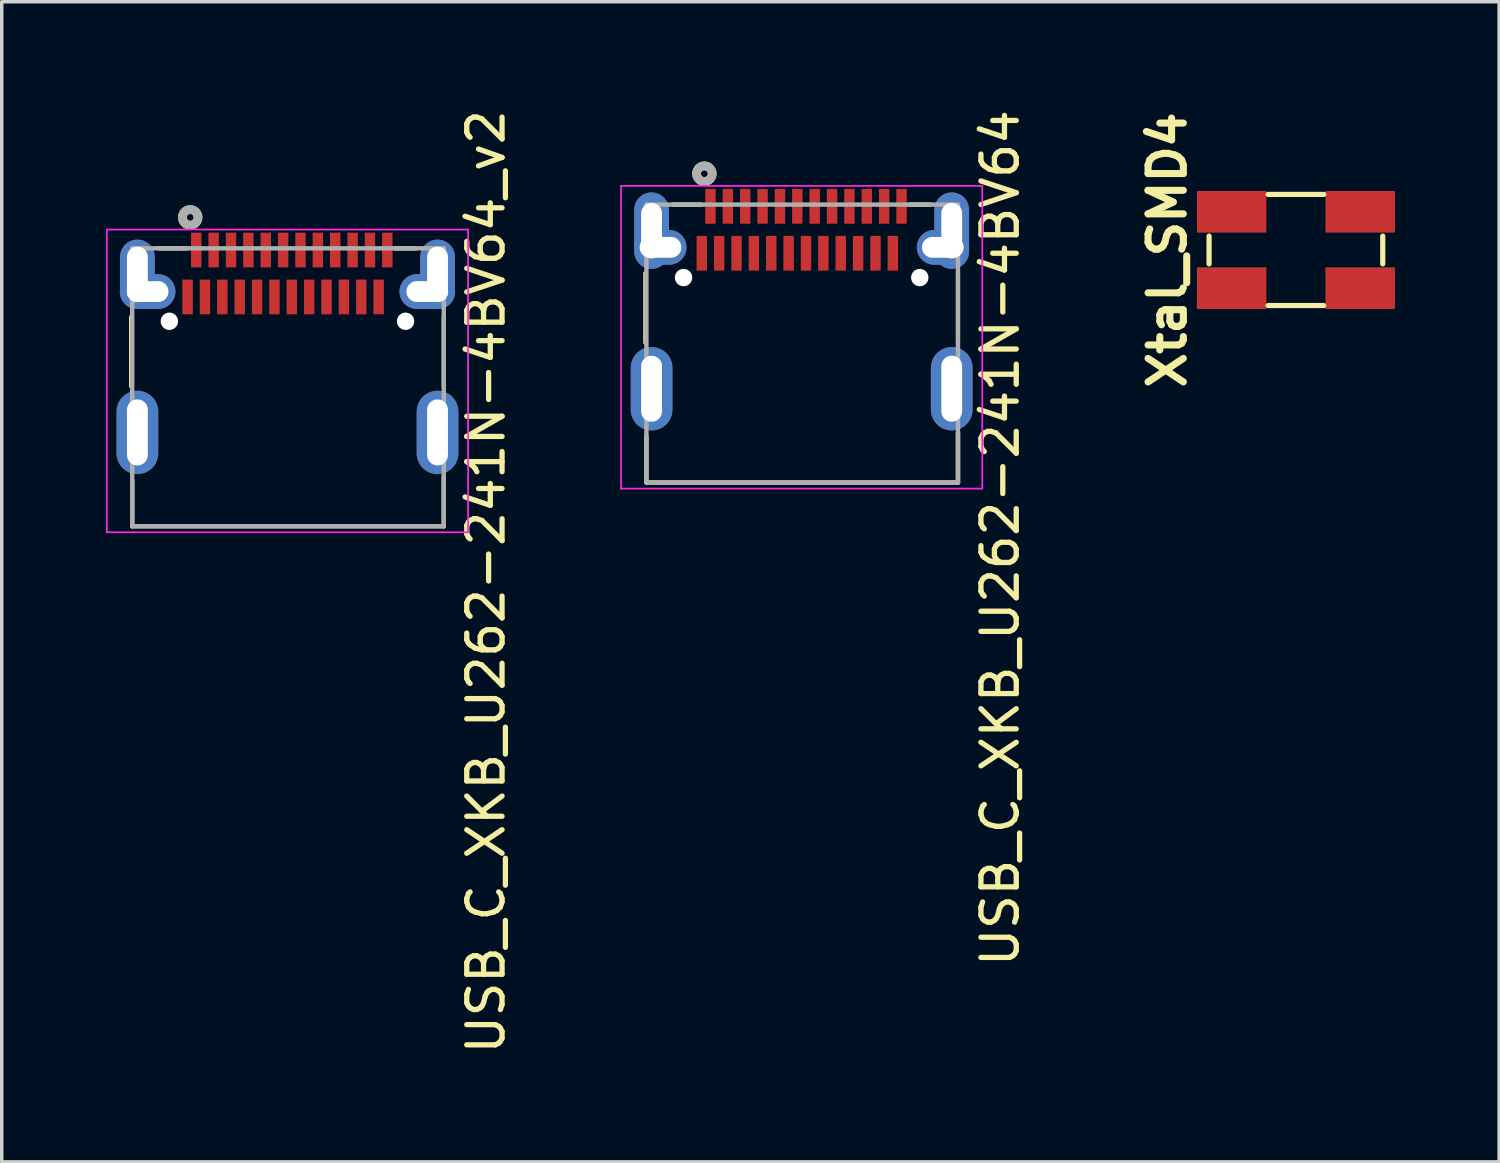
<source format=kicad_pcb>
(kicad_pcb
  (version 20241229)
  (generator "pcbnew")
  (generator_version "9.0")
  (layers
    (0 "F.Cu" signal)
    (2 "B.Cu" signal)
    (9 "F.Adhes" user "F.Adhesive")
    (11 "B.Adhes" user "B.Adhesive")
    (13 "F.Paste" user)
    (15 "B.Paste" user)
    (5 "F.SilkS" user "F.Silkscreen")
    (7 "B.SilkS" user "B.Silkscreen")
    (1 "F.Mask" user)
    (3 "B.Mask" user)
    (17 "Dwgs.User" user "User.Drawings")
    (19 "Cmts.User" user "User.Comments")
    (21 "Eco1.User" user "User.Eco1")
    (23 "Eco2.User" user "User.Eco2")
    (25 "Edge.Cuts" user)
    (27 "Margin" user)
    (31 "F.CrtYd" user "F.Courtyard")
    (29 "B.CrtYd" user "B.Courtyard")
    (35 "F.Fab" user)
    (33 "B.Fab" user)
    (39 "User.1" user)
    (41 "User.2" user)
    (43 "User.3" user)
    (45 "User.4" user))
  (footprint "USB_C_XKB_U262-241N-4BV64"
    (layer "F.Cu")
    (at 20.027 5.515)
    (property "Reference" "USB_C_XKB_U262-241N-4BV64" (at 5.715 6.925 90) (layer "F.SilkS") (effects (font (size 1.016 1.016) (thickness 0.152))))
    (attr through_hole)
    (fp_line (start -4.5 -0.7) (end -4.5 1.3) (stroke (width 0.12) (type solid)) (layer "F.SilkS"))
    (fp_line (start -4.469 4) (end -4.469 5.325) (stroke (width 0.127) (type solid)) (layer "F.SilkS"))
    (fp_line (start -2.9 -2.675) (end -3.7 -2.675) (stroke (width 0.127) (type solid)) (layer "F.SilkS"))
    (fp_line (start 3.7 -2.675) (end 3.1 -2.675) (stroke (width 0.127) (type solid)) (layer "F.SilkS"))
    (fp_line (start 4.5 -0.7) (end 4.5 1.3) (stroke (width 0.12) (type solid)) (layer "F.SilkS"))
    (fp_line (start 4.5 3.9) (end 4.5 5.325) (stroke (width 0.127) (type solid)) (layer "F.SilkS"))
    (fp_line (start 4.5 5.325) (end -4.469 5.325) (stroke (width 0.127) (type solid)) (layer "F.SilkS"))
    (fp_circle (center -2.8 -3.565) (end -2.7 -3.565) (stroke (width 0.25) (type solid)) (fill no) (layer "F.SilkS"))
    (fp_line (start -5.2 -3.215) (end -5.2 5.5) (stroke (width 0.05) (type solid)) (layer "F.CrtYd"))
    (fp_line (start -5.2 5.5) (end 5.2 5.5) (stroke (width 0.05) (type solid)) (layer "F.CrtYd"))
    (fp_line (start 5.2 -3.215) (end -5.2 -3.215) (stroke (width 0.05) (type solid)) (layer "F.CrtYd"))
    (fp_line (start 5.2 5.5) (end 5.2 -3.215) (stroke (width 0.05) (type solid)) (layer "F.CrtYd"))
    (fp_line (start -4.469 -2.675) (end 4.5 -2.675) (stroke (width 0.127) (type solid)) (layer "F.Fab"))
    (fp_line (start -4.469 5.325) (end -4.469 -2.675) (stroke (width 0.127) (type solid)) (layer "F.Fab"))
    (fp_line (start 4.5 -2.675) (end 4.5 5.325) (stroke (width 0.127) (type solid)) (layer "F.Fab"))
    (fp_line (start 4.5 5.325) (end -4.469 5.325) (stroke (width 0.127) (type solid)) (layer "F.Fab"))
    (fp_circle (center -2.8 -3.565) (end -2.7 -3.565) (stroke (width 0.25) (type solid)) (fill no) (layer "F.Fab"))
    (pad "" np_thru_hole circle (at -3.4 -0.575) (size 0.5 0.5) (drill 0.5) (layers "*.Cu" "*.Mask"))
    (pad "" np_thru_hole circle (at 3.4 -0.575) (size 0.5 0.5) (drill 0.5) (layers "*.Cu" "*.Mask"))
    (pad "A1" smd rect (at -2.625 -2.625) (size 0.3 1) (layers "F.Cu" "F.Mask" "F.Paste"))
    (pad "A2" smd rect (at -2.125 -2.625) (size 0.3 1) (layers "F.Cu" "F.Mask" "F.Paste"))
    (pad "A3" smd rect (at -1.625 -2.625) (size 0.3 1) (layers "F.Cu" "F.Mask" "F.Paste"))
    (pad "A4" smd rect (at -1.125 -2.625) (size 0.3 1) (layers "F.Cu" "F.Mask" "F.Paste"))
    (pad "A5" smd rect (at -0.625 -2.625) (size 0.3 1) (layers "F.Cu" "F.Mask" "F.Paste"))
    (pad "A6" smd rect (at -0.125 -2.625) (size 0.3 1) (layers "F.Cu" "F.Mask" "F.Paste"))
    (pad "A7" smd rect (at 0.375 -2.625) (size 0.3 1) (layers "F.Cu" "F.Mask" "F.Paste"))
    (pad "A8" smd rect (at 0.875 -2.625) (size 0.3 1) (layers "F.Cu" "F.Mask" "F.Paste"))
    (pad "A9" smd rect (at 1.375 -2.625) (size 0.3 1) (layers "F.Cu" "F.Mask" "F.Paste"))
    (pad "A10" smd rect (at 1.875 -2.625) (size 0.3 1) (layers "F.Cu" "F.Mask" "F.Paste"))
    (pad "A11" smd rect (at 2.375 -2.625) (size 0.3 1) (layers "F.Cu" "F.Mask" "F.Paste"))
    (pad "A12" smd rect (at 2.875 -2.625) (size 0.3 1) (layers "F.Cu" "F.Mask" "F.Paste"))
    (pad "B1" smd rect (at 2.625 -1.275) (size 0.3 1) (layers "F.Cu" "F.Mask" "F.Paste"))
    (pad "B2" smd rect (at 2.125 -1.275) (size 0.3 1) (layers "F.Cu" "F.Mask" "F.Paste"))
    (pad "B3" smd rect (at 1.625 -1.275) (size 0.3 1) (layers "F.Cu" "F.Mask" "F.Paste"))
    (pad "B4" smd rect (at 1.125 -1.275) (size 0.3 1) (layers "F.Cu" "F.Mask" "F.Paste"))
    (pad "B5" smd rect (at 0.625 -1.275) (size 0.3 1) (layers "F.Cu" "F.Mask" "F.Paste"))
    (pad "B6" smd rect (at 0.125 -1.275) (size 0.3 1) (layers "F.Cu" "F.Mask" "F.Paste"))
    (pad "B7" smd rect (at -0.375 -1.275) (size 0.3 1) (layers "F.Cu" "F.Mask" "F.Paste"))
    (pad "B8" smd rect (at -0.875 -1.275) (size 0.3 1) (layers "F.Cu" "F.Mask" "F.Paste"))
    (pad "B9" smd rect (at -1.375 -1.275) (size 0.3 1) (layers "F.Cu" "F.Mask" "F.Paste"))
    (pad "B10" smd rect (at -1.875 -1.275) (size 0.3 1) (layers "F.Cu" "F.Mask" "F.Paste"))
    (pad "B11" smd rect (at -2.375 -1.275) (size 0.3 1) (layers "F.Cu" "F.Mask" "F.Paste"))
    (pad "B12" smd rect (at -2.875 -1.275) (size 0.3 1) (layers "F.Cu" "F.Mask" "F.Paste"))
    (pad "S1" thru_hole oval (at -4.32 -1.925) (size 1 2.2) (drill oval 0.6 1.6) (layers "*.Cu" "*.Mask"))
    (pad "S1" thru_hole oval (at -4.32 2.625) (size 1.2 2.4) (drill oval 0.6 1.9) (layers "*.Cu" "*.Mask"))
    (pad "S1" thru_hole oval (at -4.064 -1.445) (size 1.5 1) (drill oval 1.2 0.6) (layers "*.Cu" "*.Mask"))
    (pad "S1" thru_hole oval (at 4.064 -1.445) (size 1.5 1) (drill oval 1.2 0.6) (layers "*.Cu" "*.Mask"))
    (pad "S1" thru_hole oval (at 4.32 -1.925) (size 1 2.2) (drill oval 0.6 1.6) (layers "*.Cu" "*.Mask"))
    (pad "S1" thru_hole oval (at 4.32 2.625) (size 1.2 2.4) (drill oval 0.6 1.9) (layers "*.Cu" "*.Mask")))
  (footprint "Xtal_SMD4"
    (layer "F.Cu")
    (at 34.255 4.146)
    (property "Reference" "Xtal_SMD4" (at -3.7 0 270) (layer "F.SilkS") (effects (font (size 1.016 1.016) (thickness 0.203))))
    (attr smd)
    (fp_line (start -2.5 -0.4) (end -2.5 0.4) (stroke (width 0.15) (type solid)) (layer "F.SilkS"))
    (fp_line (start -0.8 1.6) (end 0.8 1.6) (stroke (width 0.15) (type solid)) (layer "F.SilkS"))
    (fp_line (start 0.8 -1.6) (end -0.8 -1.6) (stroke (width 0.15) (type solid)) (layer "F.SilkS"))
    (fp_line (start 2.5 0.4) (end 2.5 -0.4) (stroke (width 0.15) (type solid)) (layer "F.SilkS"))
    (pad "1" smd rect (at -1.85 1.1) (size 2 1.2) (layers "F.Cu" "F.Mask" "F.Paste"))
    (pad "2" smd rect (at 1.85 -1.1) (size 2 1.2) (layers "F.Cu" "F.Mask" "F.Paste"))
    (pad "3" smd rect (at -1.85 -1.1) (size 2 1.2) (layers "F.Cu" "F.Mask" "F.Paste"))
    (pad "3" smd rect (at 1.85 1.1) (size 2 1.2) (layers "F.Cu" "F.Mask" "F.Paste")))
  (footprint "USB_C_XKB_U262-241N-4BV64_v2"
    (layer "F.Cu")
    (at 5.225 6.773)
    (property "Reference" "USB_C_XKB_U262-241N-4BV64_v2" (at 5.715 6.925 270) (layer "F.SilkS") (effects (font (size 1.016 1.016) (thickness 0.152))))
    (attr through_hole)
    (fp_line (start -4.5 -0.7) (end -4.5 1.3) (stroke (width 0.12) (type solid)) (layer "F.SilkS"))
    (fp_line (start -4.469 4) (end -4.469 5.325) (stroke (width 0.127) (type solid)) (layer "F.SilkS"))
    (fp_line (start -2.9 -2.675) (end -3.7 -2.675) (stroke (width 0.127) (type solid)) (layer "F.SilkS"))
    (fp_line (start 3.7 -2.675) (end 3.1 -2.675) (stroke (width 0.127) (type solid)) (layer "F.SilkS"))
    (fp_line (start 4.5 -0.7) (end 4.5 1.3) (stroke (width 0.12) (type solid)) (layer "F.SilkS"))
    (fp_line (start 4.5 3.9) (end 4.5 5.325) (stroke (width 0.127) (type solid)) (layer "F.SilkS"))
    (fp_line (start 4.5 5.325) (end -4.469 5.325) (stroke (width 0.127) (type solid)) (layer "F.SilkS"))
    (fp_circle (center -2.8 -3.565) (end -2.7 -3.565) (stroke (width 0.25) (type solid)) (fill no) (layer "F.SilkS"))
    (fp_line (start -5.2 -3.215) (end -5.2 5.5) (stroke (width 0.05) (type solid)) (layer "F.CrtYd"))
    (fp_line (start -5.2 5.5) (end 5.2 5.5) (stroke (width 0.05) (type solid)) (layer "F.CrtYd"))
    (fp_line (start 5.2 -3.215) (end -5.2 -3.215) (stroke (width 0.05) (type solid)) (layer "F.CrtYd"))
    (fp_line (start 5.2 5.5) (end 5.2 -3.215) (stroke (width 0.05) (type solid)) (layer "F.CrtYd"))
    (fp_line (start -4.469 -2.675) (end 4.5 -2.675) (stroke (width 0.127) (type solid)) (layer "F.Fab"))
    (fp_line (start -4.469 5.325) (end -4.469 -2.675) (stroke (width 0.127) (type solid)) (layer "F.Fab"))
    (fp_line (start 4.5 -2.675) (end 4.5 5.325) (stroke (width 0.127) (type solid)) (layer "F.Fab"))
    (fp_line (start 4.5 5.325) (end -4.469 5.325) (stroke (width 0.127) (type solid)) (layer "F.Fab"))
    (fp_circle (center -2.8 -3.565) (end -2.7 -3.565) (stroke (width 0.25) (type solid)) (fill no) (layer "F.Fab"))
    (pad "" np_thru_hole circle (at -3.4 -0.575) (size 0.5 0.5) (drill 0.5) (layers "*.Cu" "*.Mask"))
    (pad "" np_thru_hole circle (at 3.4 -0.575) (size 0.5 0.5) (drill 0.5) (layers "*.Cu" "*.Mask"))
    (pad "A1" smd rect (at -2.625 -2.625) (size 0.3 1) (layers "F.Cu" "F.Mask" "F.Paste"))
    (pad "A2" smd rect (at -2.125 -2.625) (size 0.3 1) (layers "F.Cu" "F.Mask" "F.Paste"))
    (pad "A3" smd rect (at -1.625 -2.625) (size 0.3 1) (layers "F.Cu" "F.Mask" "F.Paste"))
    (pad "A4" smd rect (at -1.125 -2.625) (size 0.3 1) (layers "F.Cu" "F.Mask" "F.Paste"))
    (pad "A5" smd rect (at -0.625 -2.625) (size 0.3 1) (layers "F.Cu" "F.Mask" "F.Paste"))
    (pad "A6" smd rect (at -0.125 -2.625) (size 0.3 1) (layers "F.Cu" "F.Mask" "F.Paste"))
    (pad "A7" smd rect (at 0.375 -2.625) (size 0.3 1) (layers "F.Cu" "F.Mask" "F.Paste"))
    (pad "A8" smd rect (at 0.875 -2.625) (size 0.3 1) (layers "F.Cu" "F.Mask" "F.Paste"))
    (pad "A9" smd rect (at 1.375 -2.625) (size 0.3 1) (layers "F.Cu" "F.Mask" "F.Paste"))
    (pad "A10" smd rect (at 1.875 -2.625) (size 0.3 1) (layers "F.Cu" "F.Mask" "F.Paste"))
    (pad "A11" smd rect (at 2.375 -2.625) (size 0.3 1) (layers "F.Cu" "F.Mask" "F.Paste"))
    (pad "A12" smd rect (at 2.875 -2.625) (size 0.3 1) (layers "F.Cu" "F.Mask" "F.Paste"))
    (pad "B1" smd rect (at 2.625 -1.275) (size 0.3 1) (layers "F.Cu" "F.Mask" "F.Paste"))
    (pad "B2" smd rect (at 2.125 -1.275) (size 0.3 1) (layers "F.Cu" "F.Mask" "F.Paste"))
    (pad "B3" smd rect (at 1.625 -1.275) (size 0.3 1) (layers "F.Cu" "F.Mask" "F.Paste"))
    (pad "B4" smd rect (at 1.125 -1.275) (size 0.3 1) (layers "F.Cu" "F.Mask" "F.Paste"))
    (pad "B5" smd rect (at 0.625 -1.275) (size 0.3 1) (layers "F.Cu" "F.Mask" "F.Paste"))
    (pad "B6" smd rect (at 0.125 -1.275) (size 0.3 1) (layers "F.Cu" "F.Mask" "F.Paste"))
    (pad "B7" smd rect (at -0.375 -1.275) (size 0.3 1) (layers "F.Cu" "F.Mask" "F.Paste"))
    (pad "B8" smd rect (at -0.875 -1.275) (size 0.3 1) (layers "F.Cu" "F.Mask" "F.Paste"))
    (pad "B9" smd rect (at -1.375 -1.275) (size 0.3 1) (layers "F.Cu" "F.Mask" "F.Paste"))
    (pad "B10" smd rect (at -1.875 -1.275) (size 0.3 1) (layers "F.Cu" "F.Mask" "F.Paste"))
    (pad "B11" smd rect (at -2.375 -1.275) (size 0.3 1) (layers "F.Cu" "F.Mask" "F.Paste"))
    (pad "B12" smd rect (at -2.875 -1.275) (size 0.3 1) (layers "F.Cu" "F.Mask" "F.Paste"))
    (pad "S1" thru_hole oval (at -4.32 -1.925) (size 1 2) (drill oval 0.6 1.6) (layers "*.Cu" "*.Mask"))
    (pad "S1" thru_hole oval (at -4.32 2.625) (size 1.2 2.4) (drill oval 0.6 1.9) (layers "*.Cu" "*.Mask"))
    (pad "S1" thru_hole oval (at -4.025 -1.43) (size 1.6 1) (drill oval 1.2 0.6) (layers "*.Cu" "*.Mask"))
    (pad "S1" thru_hole oval (at 4.025 -1.43) (size 1.6 1) (drill oval 1.2 0.6) (layers "*.Cu" "*.Mask"))
    (pad "S1" thru_hole oval (at 4.32 -1.925) (size 1 2) (drill oval 0.6 1.6) (layers "*.Cu" "*.Mask"))
    (pad "S1" thru_hole oval (at 4.32 2.625) (size 1.2 2.4) (drill oval 0.6 1.9) (layers "*.Cu" "*.Mask")))
  (gr_rect
    (start -3 -3)
    (end 40.105 30.396)
    (stroke (width 0.1) (type default))
    (fill no)
    (layer "Edge.Cuts")))
</source>
